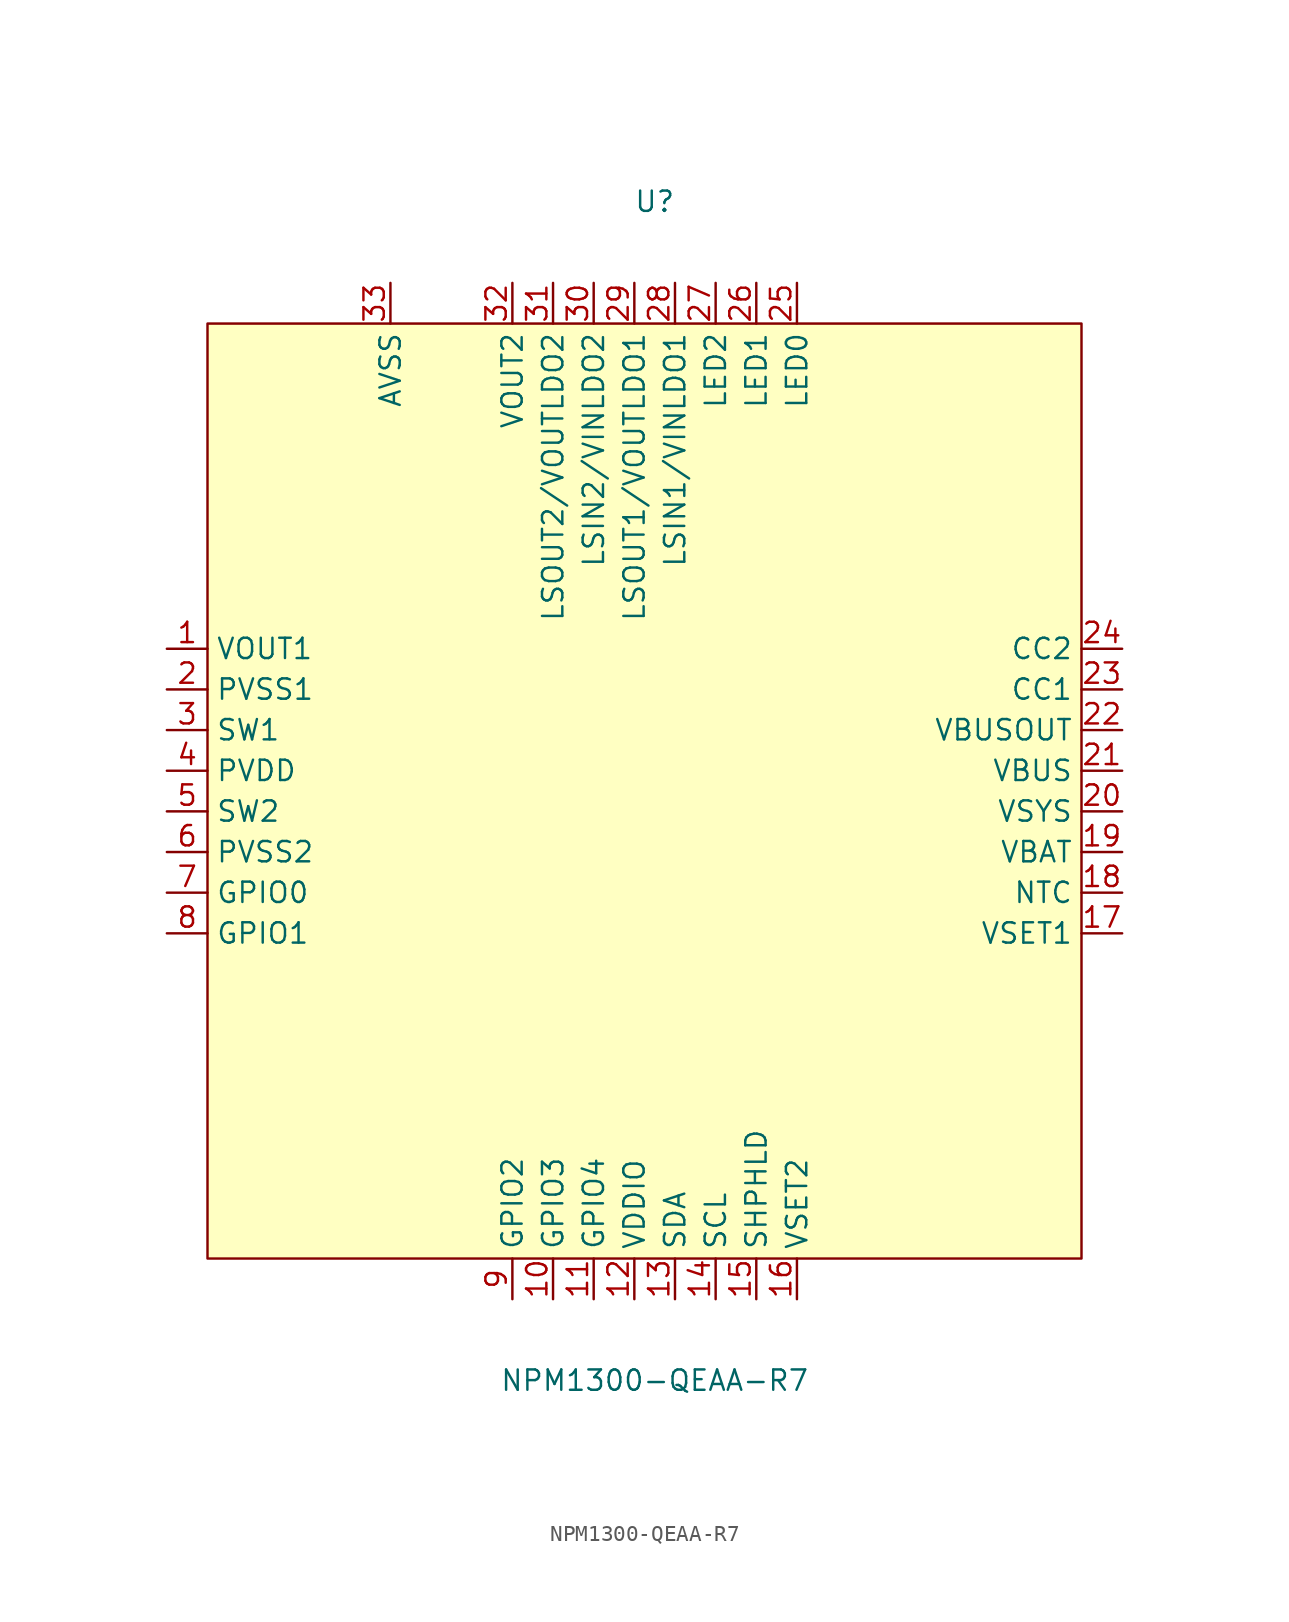
<source format=kicad_sym>
(kicad_symbol_lib
  (version 1)
  (generator "faebryk")
  (symbol "NPM1300-QEAA-R7"
    (property "Reference" "U"
      (at 0 36.83 0)
      (effects (font (size 1.27 1.27)) (hide no)))
    (property "Value" "NPM1300-QEAA-R7"
      (at 0 -36.83 0)
      (effects (font (size 1.27 1.27)) (hide no)))
    (symbol "NPM1300-QEAA-R7_0_1"
      (rectangle (start -27.94 29.21) (end 26.67 -29.21) (stroke (width 0) (type default) (color 0 0 0 0)) (fill (type background)))
      (pin unspecified line (at -30.48 8.89 0) (length 2.54) (name "VOUT1" (effects (font (size 1.27 1.27)) (hide no))) (number "1" (effects (font (size 1.27 1.27)) (hide no))))
      (pin unspecified line (at -30.48 6.35 0) (length 2.54) (name "PVSS1" (effects (font (size 1.27 1.27)) (hide no))) (number "2" (effects (font (size 1.27 1.27)) (hide no))))
      (pin unspecified line (at -30.48 3.81 0) (length 2.54) (name "SW1" (effects (font (size 1.27 1.27)) (hide no))) (number "3" (effects (font (size 1.27 1.27)) (hide no))))
      (pin unspecified line (at -30.48 1.27 0) (length 2.54) (name "PVDD" (effects (font (size 1.27 1.27)) (hide no))) (number "4" (effects (font (size 1.27 1.27)) (hide no))))
      (pin unspecified line (at -30.48 -1.27 0) (length 2.54) (name "SW2" (effects (font (size 1.27 1.27)) (hide no))) (number "5" (effects (font (size 1.27 1.27)) (hide no))))
      (pin unspecified line (at -30.48 -3.81 0) (length 2.54) (name "PVSS2" (effects (font (size 1.27 1.27)) (hide no))) (number "6" (effects (font (size 1.27 1.27)) (hide no))))
      (pin unspecified line (at -30.48 -6.35 0) (length 2.54) (name "GPIO0" (effects (font (size 1.27 1.27)) (hide no))) (number "7" (effects (font (size 1.27 1.27)) (hide no))))
      (pin unspecified line (at -30.48 -8.89 0) (length 2.54) (name "GPIO1" (effects (font (size 1.27 1.27)) (hide no))) (number "8" (effects (font (size 1.27 1.27)) (hide no))))
      (pin unspecified line (at -8.89 -31.75 90) (length 2.54) (name "GPIO2" (effects (font (size 1.27 1.27)) (hide no))) (number "9" (effects (font (size 1.27 1.27)) (hide no))))
      (pin unspecified line (at -6.35 -31.75 90) (length 2.54) (name "GPIO3" (effects (font (size 1.27 1.27)) (hide no))) (number "10" (effects (font (size 1.27 1.27)) (hide no))))
      (pin unspecified line (at -3.81 -31.75 90) (length 2.54) (name "GPIO4" (effects (font (size 1.27 1.27)) (hide no))) (number "11" (effects (font (size 1.27 1.27)) (hide no))))
      (pin unspecified line (at -1.27 -31.75 90) (length 2.54) (name "VDDIO" (effects (font (size 1.27 1.27)) (hide no))) (number "12" (effects (font (size 1.27 1.27)) (hide no))))
      (pin unspecified line (at 1.27 -31.75 90) (length 2.54) (name "SDA" (effects (font (size 1.27 1.27)) (hide no))) (number "13" (effects (font (size 1.27 1.27)) (hide no))))
      (pin unspecified line (at 3.81 -31.75 90) (length 2.54) (name "SCL" (effects (font (size 1.27 1.27)) (hide no))) (number "14" (effects (font (size 1.27 1.27)) (hide no))))
      (pin unspecified line (at 6.35 -31.75 90) (length 2.54) (name "SHPHLD" (effects (font (size 1.27 1.27)) (hide no))) (number "15" (effects (font (size 1.27 1.27)) (hide no))))
      (pin unspecified line (at 8.89 -31.75 90) (length 2.54) (name "VSET2" (effects (font (size 1.27 1.27)) (hide no))) (number "16" (effects (font (size 1.27 1.27)) (hide no))))
      (pin unspecified line (at 29.21 -8.89 180) (length 2.54) (name "VSET1" (effects (font (size 1.27 1.27)) (hide no))) (number "17" (effects (font (size 1.27 1.27)) (hide no))))
      (pin unspecified line (at 29.21 -6.35 180) (length 2.54) (name "NTC" (effects (font (size 1.27 1.27)) (hide no))) (number "18" (effects (font (size 1.27 1.27)) (hide no))))
      (pin unspecified line (at 29.21 -3.81 180) (length 2.54) (name "VBAT" (effects (font (size 1.27 1.27)) (hide no))) (number "19" (effects (font (size 1.27 1.27)) (hide no))))
      (pin unspecified line (at 29.21 -1.27 180) (length 2.54) (name "VSYS" (effects (font (size 1.27 1.27)) (hide no))) (number "20" (effects (font (size 1.27 1.27)) (hide no))))
      (pin unspecified line (at 29.21 1.27 180) (length 2.54) (name "VBUS" (effects (font (size 1.27 1.27)) (hide no))) (number "21" (effects (font (size 1.27 1.27)) (hide no))))
      (pin unspecified line (at 29.21 3.81 180) (length 2.54) (name "VBUSOUT" (effects (font (size 1.27 1.27)) (hide no))) (number "22" (effects (font (size 1.27 1.27)) (hide no))))
      (pin unspecified line (at 29.21 6.35 180) (length 2.54) (name "CC1" (effects (font (size 1.27 1.27)) (hide no))) (number "23" (effects (font (size 1.27 1.27)) (hide no))))
      (pin unspecified line (at 29.21 8.89 180) (length 2.54) (name "CC2" (effects (font (size 1.27 1.27)) (hide no))) (number "24" (effects (font (size 1.27 1.27)) (hide no))))
      (pin unspecified line (at 8.89 31.75 270) (length 2.54) (name "LED0" (effects (font (size 1.27 1.27)) (hide no))) (number "25" (effects (font (size 1.27 1.27)) (hide no))))
      (pin unspecified line (at 6.35 31.75 270) (length 2.54) (name "LED1" (effects (font (size 1.27 1.27)) (hide no))) (number "26" (effects (font (size 1.27 1.27)) (hide no))))
      (pin unspecified line (at 3.81 31.75 270) (length 2.54) (name "LED2" (effects (font (size 1.27 1.27)) (hide no))) (number "27" (effects (font (size 1.27 1.27)) (hide no))))
      (pin unspecified line (at 1.27 31.75 270) (length 2.54) (name "LSIN1/VINLDO1" (effects (font (size 1.27 1.27)) (hide no))) (number "28" (effects (font (size 1.27 1.27)) (hide no))))
      (pin unspecified line (at -1.27 31.75 270) (length 2.54) (name "LSOUT1/VOUTLDO1" (effects (font (size 1.27 1.27)) (hide no))) (number "29" (effects (font (size 1.27 1.27)) (hide no))))
      (pin unspecified line (at -3.81 31.75 270) (length 2.54) (name "LSIN2/VINLDO2" (effects (font (size 1.27 1.27)) (hide no))) (number "30" (effects (font (size 1.27 1.27)) (hide no))))
      (pin unspecified line (at -6.35 31.75 270) (length 2.54) (name "LSOUT2/VOUTLDO2" (effects (font (size 1.27 1.27)) (hide no))) (number "31" (effects (font (size 1.27 1.27)) (hide no))))
      (pin unspecified line (at -8.89 31.75 270) (length 2.54) (name "VOUT2" (effects (font (size 1.27 1.27)) (hide no))) (number "32" (effects (font (size 1.27 1.27)) (hide no))))
      (pin unspecified line (at -16.51 31.75 270) (length 2.54) (name "AVSS" (effects (font (size 1.27 1.27)) (hide no))) (number "33" (effects (font (size 1.27 1.27)) (hide no)))))))
</source>
